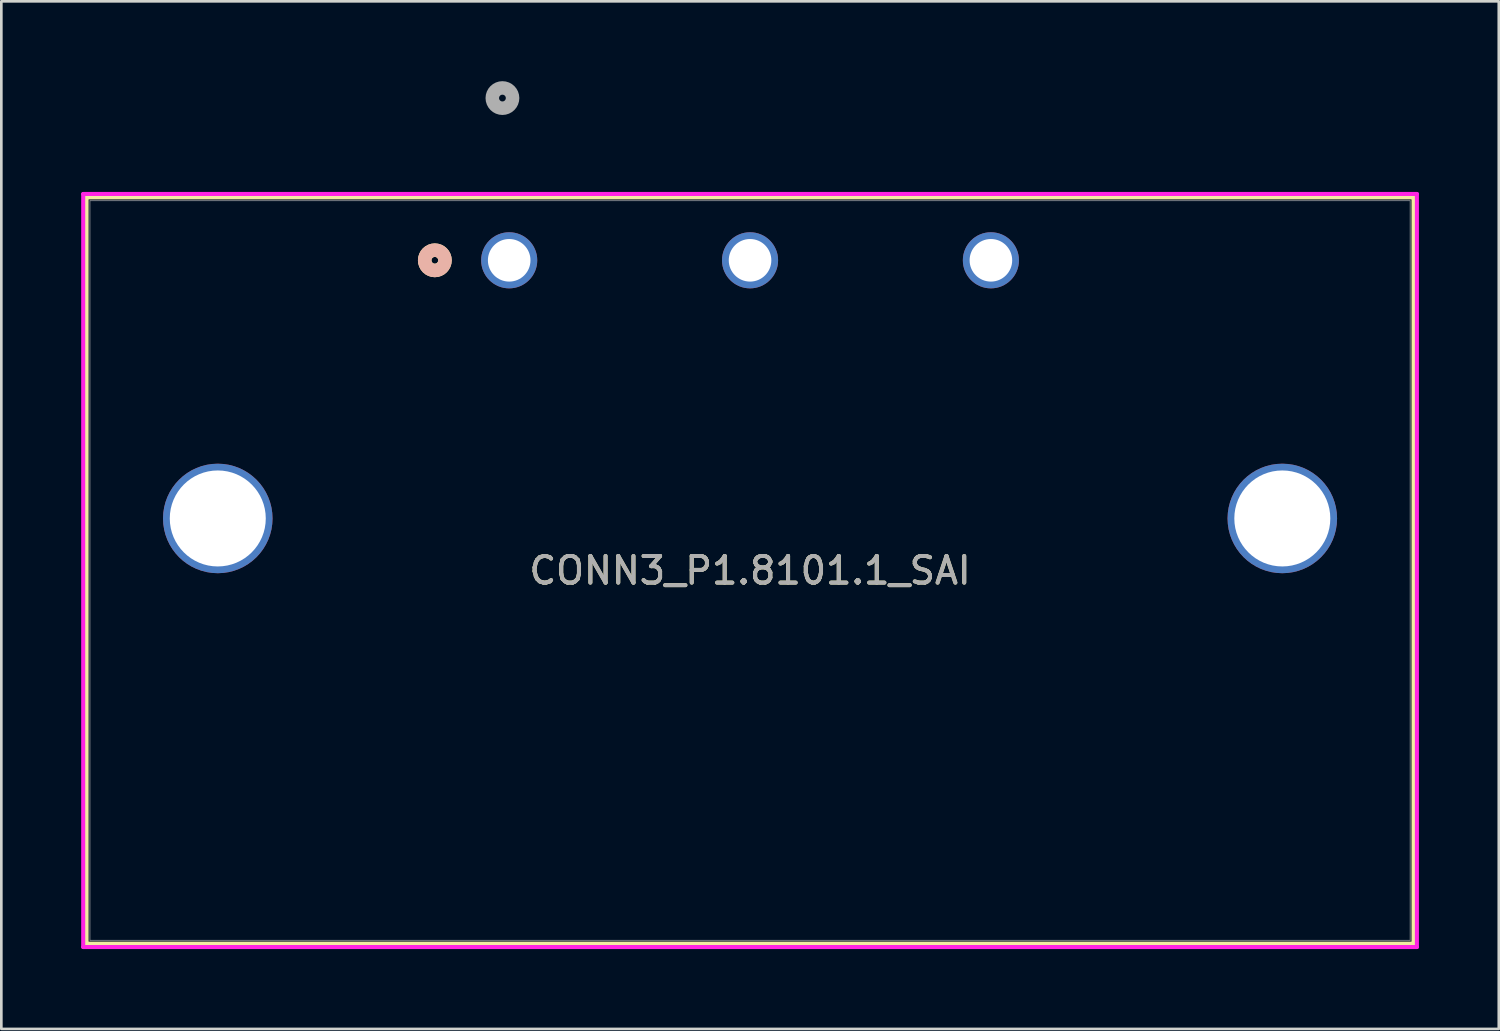
<source format=kicad_pcb>
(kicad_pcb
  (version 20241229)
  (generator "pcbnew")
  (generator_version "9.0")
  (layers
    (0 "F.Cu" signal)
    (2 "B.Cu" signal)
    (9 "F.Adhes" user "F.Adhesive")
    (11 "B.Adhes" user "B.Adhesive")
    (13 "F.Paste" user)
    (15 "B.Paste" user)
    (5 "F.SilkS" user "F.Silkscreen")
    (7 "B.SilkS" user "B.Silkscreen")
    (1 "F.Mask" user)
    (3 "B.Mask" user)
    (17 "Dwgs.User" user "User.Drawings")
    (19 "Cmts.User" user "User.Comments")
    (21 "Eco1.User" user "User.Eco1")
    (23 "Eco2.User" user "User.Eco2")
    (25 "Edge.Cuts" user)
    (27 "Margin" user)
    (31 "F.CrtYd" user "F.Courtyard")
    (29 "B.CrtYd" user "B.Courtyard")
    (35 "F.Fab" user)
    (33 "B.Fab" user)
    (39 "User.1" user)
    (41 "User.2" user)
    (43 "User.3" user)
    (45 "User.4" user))
  (footprint "CONN3_P1.8101.1_SAI"
    (layer "F.Cu")
    (at 16.083 6.731)
    (property "Reference" "CONN3_P1.8101.1_SAI" (at 9.05 11.656 0) (unlocked yes) (layer "F.SilkS") (effects (font (size 1 1) (thickness 0.15))))
    (attr through_hole)
    (fp_line (start -15.88 -2.365) (end -15.88 25.677) (stroke (width 0.152) (type solid)) (layer "F.SilkS"))
    (fp_line (start -15.88 25.677) (end 33.98 25.677) (stroke (width 0.152) (type solid)) (layer "F.SilkS"))
    (fp_line (start 33.98 -2.365) (end -15.88 -2.365) (stroke (width 0.152) (type solid)) (layer "F.SilkS"))
    (fp_line (start 33.98 25.677) (end 33.98 -2.365) (stroke (width 0.152) (type solid)) (layer "F.SilkS"))
    (fp_circle (center -2.794 0) (end -2.413 0) (stroke (width 0.508) (type solid)) (fill no) (layer "F.SilkS"))
    (fp_circle (center -2.794 0) (end -2.413 0) (stroke (width 0.508) (type solid)) (fill no) (layer "B.SilkS"))
    (fp_line (start -16.007 -2.492) (end -16.007 25.804) (stroke (width 0.152) (type solid)) (layer "F.CrtYd"))
    (fp_line (start -16.007 25.804) (end 34.107 25.804) (stroke (width 0.152) (type solid)) (layer "F.CrtYd"))
    (fp_line (start 34.107 -2.492) (end -16.007 -2.492) (stroke (width 0.152) (type solid)) (layer "F.CrtYd"))
    (fp_line (start 34.107 25.804) (end 34.107 -2.492) (stroke (width 0.152) (type solid)) (layer "F.CrtYd"))
    (fp_line (start -15.753 -2.238) (end -15.753 25.55) (stroke (width 0.025) (type solid)) (layer "F.Fab"))
    (fp_line (start -15.753 25.55) (end 33.853 25.55) (stroke (width 0.025) (type solid)) (layer "F.Fab"))
    (fp_line (start 33.853 -2.238) (end -15.753 -2.238) (stroke (width 0.025) (type solid)) (layer "F.Fab"))
    (fp_line (start 33.853 25.55) (end 33.853 -2.238) (stroke (width 0.025) (type solid)) (layer "F.Fab"))
    (fp_circle (center -0.254 -6.096) (end 0.127 -6.096) (stroke (width 0.508) (type solid)) (fill no) (layer "F.Fab"))
    (fp_text user "${REFERENCE}" (at 9.05 11.656 0) (unlocked yes) (layer "F.Fab") (effects (font (size 1 1) (thickness 0.15))))
    (pad "1" thru_hole circle (at 0 0) (size 2.108 2.108) (drill 1.6) (layers "*.Cu" "*.Mask"))
    (pad "2" thru_hole circle (at 9.05 0) (size 2.108 2.108) (drill 1.6) (layers "*.Cu" "*.Mask"))
    (pad "3" thru_hole circle (at 18.1 0) (size 2.108 2.108) (drill 1.6) (layers "*.Cu" "*.Mask"))
    (pad "4" thru_hole circle (at -10.95 9.7 90) (size 4.115 4.115) (drill 3.607) (layers "*.Cu" "*.Mask"))
    (pad "5" thru_hole circle (at 29.05 9.7 90) (size 4.115 4.115) (drill 3.607) (layers "*.Cu" "*.Mask")))
  (gr_rect
    (start -3 -3)
    (end 53.267 35.611)
    (stroke (width 0.1) (type default))
    (fill no)
    (layer "Edge.Cuts")))
</source>
